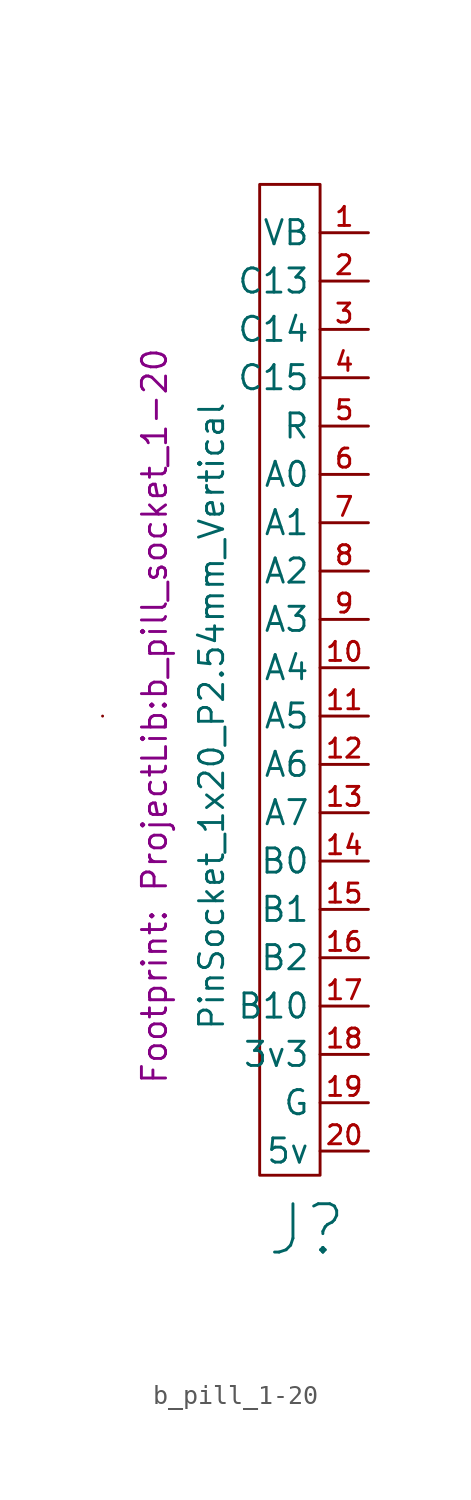
<source format=kicad_sym>
(kicad_symbol_lib
  (version 20220914)
  (generator kicad_symbol_editor)
  (symbol "b_pill_1-20"
    (property "Reference" "J"
      (at -3.24 -27 0)
      (effects (font (size 2.54 2.54))))
    (property "Value" "PinSocket_1x20_P2.54mm_Vertical"
      (at -8.24 0 90)
      (effects (font (size 1.27 1.27))))
    (property "Footprint" "ProjectLib:b_pill_socket_1-20"
      (at -11.24 0 90)
      (show_name)
      (effects (font (size 1.27 1.27))))
    (symbol "b_pill_1-20_0_1"
      (rectangle (start -13.97 0) (end -13.97 0) (stroke (width 0) (type default)) (fill (type none)))
      (rectangle (start -5.715 27.94) (end -2.54 -24.13) (stroke (width 0) (type default)) (fill (type none))))
    (symbol "b_pill_1-20_1_1"
      (pin free line (at 0 25.4 180) (length 2.54) (name "VB" (effects (font (size 1.27 1.27)))) (number "1" (effects (font (size 1 1)))))
      (pin free line (at 0 2.54 180) (length 2.54) (name "A4" (effects (font (size 1.27 1.27)))) (number "10" (effects (font (size 1 1)))))
      (pin free line (at 0 0 180) (length 2.54) (name "A5" (effects (font (size 1.27 1.27)))) (number "11" (effects (font (size 1 1)))))
      (pin free line (at 0 -2.54 180) (length 2.54) (name "A6" (effects (font (size 1.27 1.27)))) (number "12" (effects (font (size 1 1)))))
      (pin free line (at 0 -5.08 180) (length 2.54) (name "A7" (effects (font (size 1.27 1.27)))) (number "13" (effects (font (size 1 1)))))
      (pin free line (at 0 -7.62 180) (length 2.54) (name "B0" (effects (font (size 1.27 1.27)))) (number "14" (effects (font (size 1 1)))))
      (pin free line (at 0 -10.16 180) (length 2.54) (name "B1" (effects (font (size 1.27 1.27)))) (number "15" (effects (font (size 1 1)))))
      (pin free line (at 0 -12.7 180) (length 2.54) (name "B2" (effects (font (size 1.27 1.27)))) (number "16" (effects (font (size 1 1)))))
      (pin free line (at 0 -15.24 180) (length 2.54) (name "B10" (effects (font (size 1.27 1.27)))) (number "17" (effects (font (size 1 1)))) (alternate "SCL" output line))
      (pin free line (at 0 -17.78 180) (length 2.54) (name "3v3" (effects (font (size 1.27 1.27)))) (number "18" (effects (font (size 1 1)))))
      (pin free line (at 0 -20.32 180) (length 2.54) (name "G" (effects (font (size 1.27 1.27)))) (number "19" (effects (font (size 1 1)))))
      (pin free line (at 0 22.86 180) (length 2.54) (name "C13" (effects (font (size 1.27 1.27)))) (number "2" (effects (font (size 1 1)))))
      (pin free line (at 0 -22.86 180) (length 2.54) (name "5v" (effects (font (size 1.27 1.27)))) (number "20" (effects (font (size 1 1)))))
      (pin free line (at 0 20.32 180) (length 2.54) (name "C14" (effects (font (size 1.27 1.27)))) (number "3" (effects (font (size 1 1)))))
      (pin free line (at 0 17.78 180) (length 2.54) (name "C15" (effects (font (size 1.27 1.27)))) (number "4" (effects (font (size 1 1)))))
      (pin free line (at 0 15.24 180) (length 2.54) (name "R" (effects (font (size 1.27 1.27)))) (number "5" (effects (font (size 1 1)))))
      (pin free line (at 0 12.7 180) (length 2.54) (name "A0" (effects (font (size 1.27 1.27)))) (number "6" (effects (font (size 1 1)))))
      (pin free line (at 0 10.16 180) (length 2.54) (name "A1" (effects (font (size 1.27 1.27)))) (number "7" (effects (font (size 1 1)))))
      (pin free line (at 0 7.62 180) (length 2.54) (name "A2" (effects (font (size 1.27 1.27)))) (number "8" (effects (font (size 1 1)))))
      (pin free line (at 0 5.08 180) (length 2.54) (name "A3" (effects (font (size 1.27 1.27)))) (number "9" (effects (font (size 1 1))))))))
</source>
